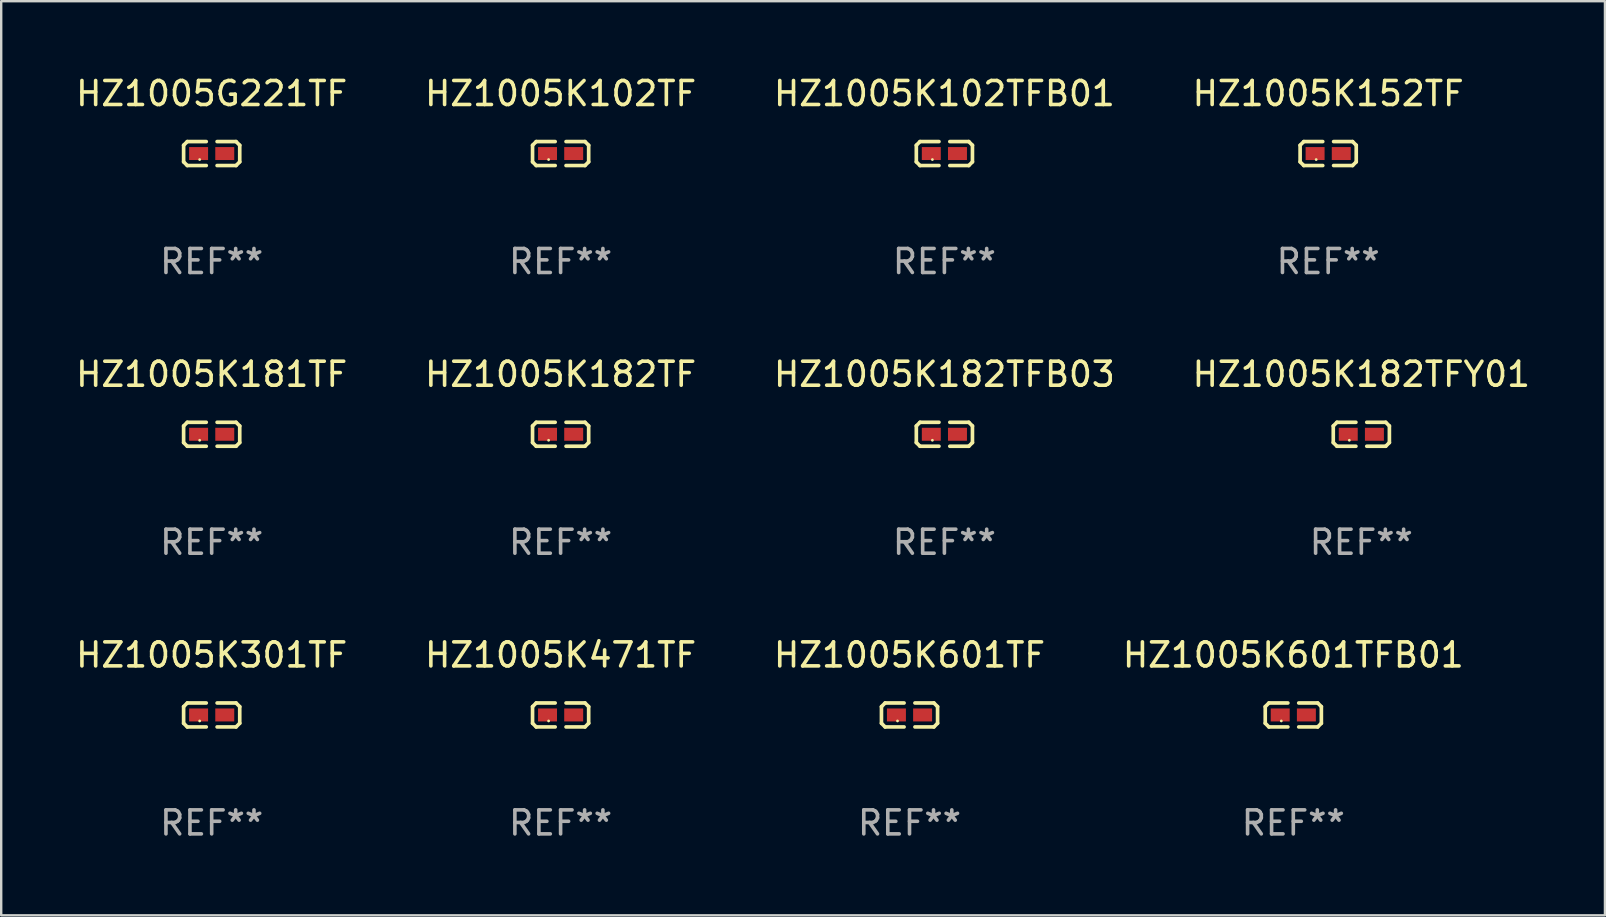
<source format=kicad_pcb>
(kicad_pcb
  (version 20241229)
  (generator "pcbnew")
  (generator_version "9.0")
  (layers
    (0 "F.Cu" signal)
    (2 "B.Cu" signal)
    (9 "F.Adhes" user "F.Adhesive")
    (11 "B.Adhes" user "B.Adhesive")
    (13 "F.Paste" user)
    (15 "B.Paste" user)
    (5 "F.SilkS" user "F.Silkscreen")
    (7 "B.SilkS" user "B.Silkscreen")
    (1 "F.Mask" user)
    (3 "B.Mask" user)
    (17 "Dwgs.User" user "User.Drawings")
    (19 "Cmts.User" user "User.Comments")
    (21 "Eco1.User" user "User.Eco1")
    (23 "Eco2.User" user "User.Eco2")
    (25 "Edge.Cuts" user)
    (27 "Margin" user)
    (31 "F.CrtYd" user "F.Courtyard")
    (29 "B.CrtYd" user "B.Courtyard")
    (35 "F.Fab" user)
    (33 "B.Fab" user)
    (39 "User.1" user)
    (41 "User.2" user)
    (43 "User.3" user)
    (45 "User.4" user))
  (footprint "HZ1005K601TF"
    (layer "F.Cu")
    (at 34.839 26.734)
    (property "Reference" "HZ1005K601TF" (at 0 -2.499 0) (layer "F.SilkS") (effects (font (size 1 1) (thickness 0.15))))
    (attr through_hole)
    (fp_line (start -1.169 -0.346) (end -1.016 -0.499) (stroke (width 0.152) (type solid)) (layer "F.SilkS"))
    (fp_line (start -1.169 0.346) (end -1.169 -0.346) (stroke (width 0.152) (type solid)) (layer "F.SilkS"))
    (fp_line (start -1.016 -0.499) (end -0.226 -0.499) (stroke (width 0.152) (type solid)) (layer "F.SilkS"))
    (fp_line (start -1.016 0.499) (end -1.169 0.346) (stroke (width 0.152) (type solid)) (layer "F.SilkS"))
    (fp_line (start -0.226 0.499) (end -1.016 0.499) (stroke (width 0.152) (type solid)) (layer "F.SilkS"))
    (fp_line (start 0.226 0.499) (end 1.016 0.499) (stroke (width 0.152) (type solid)) (layer "F.SilkS"))
    (fp_line (start 1.016 -0.499) (end 0.226 -0.499) (stroke (width 0.152) (type solid)) (layer "F.SilkS"))
    (fp_line (start 1.016 0.499) (end 1.169 0.346) (stroke (width 0.152) (type solid)) (layer "F.SilkS"))
    (fp_line (start 1.169 -0.346) (end 1.016 -0.499) (stroke (width 0.152) (type solid)) (layer "F.SilkS"))
    (fp_line (start 1.169 0.346) (end 1.169 -0.346) (stroke (width 0.152) (type solid)) (layer "F.SilkS"))
    (fp_circle (center -0.5 0.25) (end -0.47 0.25) (stroke (width 0.06) (type solid)) (fill no) (layer "F.SilkS"))
    (fp_text user "REF**" (at 0 4.499 0) (layer "F.Fab") (effects (font (size 1 1) (thickness 0.15))))
    (pad "1" smd rect (at -0.545 0) (size 0.79 0.54) (layers "F.Cu" "F.Mask" "F.Paste"))
    (pad "2" smd rect (at 0.545 0) (size 0.79 0.54) (layers "F.Cu" "F.Mask" "F.Paste")))
  (footprint "HZ1005K182TF"
    (layer "F.Cu")
    (at 20.304 15.041)
    (property "Reference" "HZ1005K182TF" (at 0 -2.499 0) (layer "F.SilkS") (effects (font (size 1 1) (thickness 0.15))))
    (attr through_hole)
    (fp_line (start -1.169 -0.346) (end -1.016 -0.499) (stroke (width 0.152) (type solid)) (layer "F.SilkS"))
    (fp_line (start -1.169 0.346) (end -1.169 -0.346) (stroke (width 0.152) (type solid)) (layer "F.SilkS"))
    (fp_line (start -1.016 -0.499) (end -0.226 -0.499) (stroke (width 0.152) (type solid)) (layer "F.SilkS"))
    (fp_line (start -1.016 0.499) (end -1.169 0.346) (stroke (width 0.152) (type solid)) (layer "F.SilkS"))
    (fp_line (start -0.226 0.499) (end -1.016 0.499) (stroke (width 0.152) (type solid)) (layer "F.SilkS"))
    (fp_line (start 0.226 0.499) (end 1.016 0.499) (stroke (width 0.152) (type solid)) (layer "F.SilkS"))
    (fp_line (start 1.016 -0.499) (end 0.226 -0.499) (stroke (width 0.152) (type solid)) (layer "F.SilkS"))
    (fp_line (start 1.016 0.499) (end 1.169 0.346) (stroke (width 0.152) (type solid)) (layer "F.SilkS"))
    (fp_line (start 1.169 -0.346) (end 1.016 -0.499) (stroke (width 0.152) (type solid)) (layer "F.SilkS"))
    (fp_line (start 1.169 0.346) (end 1.169 -0.346) (stroke (width 0.152) (type solid)) (layer "F.SilkS"))
    (fp_circle (center -0.5 0.25) (end -0.47 0.25) (stroke (width 0.06) (type solid)) (fill no) (layer "F.SilkS"))
    (fp_text user "REF**" (at 0 4.499 0) (layer "F.Fab") (effects (font (size 1 1) (thickness 0.15))))
    (pad "1" smd rect (at -0.545 0) (size 0.79 0.54) (layers "F.Cu" "F.Mask" "F.Paste"))
    (pad "2" smd rect (at 0.545 0) (size 0.79 0.54) (layers "F.Cu" "F.Mask" "F.Paste")))
  (footprint "HZ1005G221TF"
    (layer "F.Cu")
    (at 5.768 3.347)
    (property "Reference" "HZ1005G221TF" (at 0 -2.499 0) (layer "F.SilkS") (effects (font (size 1 1) (thickness 0.15))))
    (attr through_hole)
    (fp_line (start -1.169 -0.346) (end -1.016 -0.499) (stroke (width 0.152) (type solid)) (layer "F.SilkS"))
    (fp_line (start -1.169 0.346) (end -1.169 -0.346) (stroke (width 0.152) (type solid)) (layer "F.SilkS"))
    (fp_line (start -1.016 -0.499) (end -0.226 -0.499) (stroke (width 0.152) (type solid)) (layer "F.SilkS"))
    (fp_line (start -1.016 0.499) (end -1.169 0.346) (stroke (width 0.152) (type solid)) (layer "F.SilkS"))
    (fp_line (start -0.226 0.499) (end -1.016 0.499) (stroke (width 0.152) (type solid)) (layer "F.SilkS"))
    (fp_line (start 0.226 0.499) (end 1.016 0.499) (stroke (width 0.152) (type solid)) (layer "F.SilkS"))
    (fp_line (start 1.016 -0.499) (end 0.226 -0.499) (stroke (width 0.152) (type solid)) (layer "F.SilkS"))
    (fp_line (start 1.016 0.499) (end 1.169 0.346) (stroke (width 0.152) (type solid)) (layer "F.SilkS"))
    (fp_line (start 1.169 -0.346) (end 1.016 -0.499) (stroke (width 0.152) (type solid)) (layer "F.SilkS"))
    (fp_line (start 1.169 0.346) (end 1.169 -0.346) (stroke (width 0.152) (type solid)) (layer "F.SilkS"))
    (fp_circle (center -0.5 0.25) (end -0.47 0.25) (stroke (width 0.06) (type solid)) (fill no) (layer "F.SilkS"))
    (fp_text user "REF**" (at 0 4.499 0) (layer "F.Fab") (effects (font (size 1 1) (thickness 0.15))))
    (pad "1" smd rect (at -0.545 0) (size 0.79 0.54) (layers "F.Cu" "F.Mask" "F.Paste"))
    (pad "2" smd rect (at 0.545 0) (size 0.79 0.54) (layers "F.Cu" "F.Mask" "F.Paste")))
  (footprint "HZ1005K471TF"
    (layer "F.Cu")
    (at 20.304 26.734)
    (property "Reference" "HZ1005K471TF" (at 0 -2.499 0) (layer "F.SilkS") (effects (font (size 1 1) (thickness 0.15))))
    (attr through_hole)
    (fp_line (start -1.169 -0.346) (end -1.016 -0.499) (stroke (width 0.152) (type solid)) (layer "F.SilkS"))
    (fp_line (start -1.169 0.346) (end -1.169 -0.346) (stroke (width 0.152) (type solid)) (layer "F.SilkS"))
    (fp_line (start -1.016 -0.499) (end -0.226 -0.499) (stroke (width 0.152) (type solid)) (layer "F.SilkS"))
    (fp_line (start -1.016 0.499) (end -1.169 0.346) (stroke (width 0.152) (type solid)) (layer "F.SilkS"))
    (fp_line (start -0.226 0.499) (end -1.016 0.499) (stroke (width 0.152) (type solid)) (layer "F.SilkS"))
    (fp_line (start 0.226 0.499) (end 1.016 0.499) (stroke (width 0.152) (type solid)) (layer "F.SilkS"))
    (fp_line (start 1.016 -0.499) (end 0.226 -0.499) (stroke (width 0.152) (type solid)) (layer "F.SilkS"))
    (fp_line (start 1.016 0.499) (end 1.169 0.346) (stroke (width 0.152) (type solid)) (layer "F.SilkS"))
    (fp_line (start 1.169 -0.346) (end 1.016 -0.499) (stroke (width 0.152) (type solid)) (layer "F.SilkS"))
    (fp_line (start 1.169 0.346) (end 1.169 -0.346) (stroke (width 0.152) (type solid)) (layer "F.SilkS"))
    (fp_circle (center -0.5 0.25) (end -0.47 0.25) (stroke (width 0.06) (type solid)) (fill no) (layer "F.SilkS"))
    (fp_text user "REF**" (at 0 4.499 0) (layer "F.Fab") (effects (font (size 1 1) (thickness 0.15))))
    (pad "1" smd rect (at -0.545 0) (size 0.79 0.54) (layers "F.Cu" "F.Mask" "F.Paste"))
    (pad "2" smd rect (at 0.545 0) (size 0.79 0.54) (layers "F.Cu" "F.Mask" "F.Paste")))
  (footprint "HZ1005K152TF"
    (layer "F.Cu")
    (at 52.28 3.347)
    (property "Reference" "HZ1005K152TF" (at 0 -2.499 0) (layer "F.SilkS") (effects (font (size 1 1) (thickness 0.15))))
    (attr through_hole)
    (fp_line (start -1.169 -0.346) (end -1.016 -0.499) (stroke (width 0.152) (type solid)) (layer "F.SilkS"))
    (fp_line (start -1.169 0.346) (end -1.169 -0.346) (stroke (width 0.152) (type solid)) (layer "F.SilkS"))
    (fp_line (start -1.016 -0.499) (end -0.226 -0.499) (stroke (width 0.152) (type solid)) (layer "F.SilkS"))
    (fp_line (start -1.016 0.499) (end -1.169 0.346) (stroke (width 0.152) (type solid)) (layer "F.SilkS"))
    (fp_line (start -0.226 0.499) (end -1.016 0.499) (stroke (width 0.152) (type solid)) (layer "F.SilkS"))
    (fp_line (start 0.226 0.499) (end 1.016 0.499) (stroke (width 0.152) (type solid)) (layer "F.SilkS"))
    (fp_line (start 1.016 -0.499) (end 0.226 -0.499) (stroke (width 0.152) (type solid)) (layer "F.SilkS"))
    (fp_line (start 1.016 0.499) (end 1.169 0.346) (stroke (width 0.152) (type solid)) (layer "F.SilkS"))
    (fp_line (start 1.169 -0.346) (end 1.016 -0.499) (stroke (width 0.152) (type solid)) (layer "F.SilkS"))
    (fp_line (start 1.169 0.346) (end 1.169 -0.346) (stroke (width 0.152) (type solid)) (layer "F.SilkS"))
    (fp_circle (center -0.5 0.25) (end -0.47 0.25) (stroke (width 0.06) (type solid)) (fill no) (layer "F.SilkS"))
    (fp_text user "REF**" (at 0 4.499 0) (layer "F.Fab") (effects (font (size 1 1) (thickness 0.15))))
    (pad "1" smd rect (at -0.545 0) (size 0.79 0.54) (layers "F.Cu" "F.Mask" "F.Paste"))
    (pad "2" smd rect (at 0.545 0) (size 0.79 0.54) (layers "F.Cu" "F.Mask" "F.Paste")))
  (footprint "HZ1005K102TFB01"
    (layer "F.Cu")
    (at 36.292 3.347)
    (property "Reference" "HZ1005K102TFB01" (at 0 -2.499 0) (layer "F.SilkS") (effects (font (size 1 1) (thickness 0.15))))
    (attr through_hole)
    (fp_line (start -1.169 -0.346) (end -1.016 -0.499) (stroke (width 0.152) (type solid)) (layer "F.SilkS"))
    (fp_line (start -1.169 0.346) (end -1.169 -0.346) (stroke (width 0.152) (type solid)) (layer "F.SilkS"))
    (fp_line (start -1.016 -0.499) (end -0.226 -0.499) (stroke (width 0.152) (type solid)) (layer "F.SilkS"))
    (fp_line (start -1.016 0.499) (end -1.169 0.346) (stroke (width 0.152) (type solid)) (layer "F.SilkS"))
    (fp_line (start -0.226 0.499) (end -1.016 0.499) (stroke (width 0.152) (type solid)) (layer "F.SilkS"))
    (fp_line (start 0.226 0.499) (end 1.016 0.499) (stroke (width 0.152) (type solid)) (layer "F.SilkS"))
    (fp_line (start 1.016 -0.499) (end 0.226 -0.499) (stroke (width 0.152) (type solid)) (layer "F.SilkS"))
    (fp_line (start 1.016 0.499) (end 1.169 0.346) (stroke (width 0.152) (type solid)) (layer "F.SilkS"))
    (fp_line (start 1.169 -0.346) (end 1.016 -0.499) (stroke (width 0.152) (type solid)) (layer "F.SilkS"))
    (fp_line (start 1.169 0.346) (end 1.169 -0.346) (stroke (width 0.152) (type solid)) (layer "F.SilkS"))
    (fp_circle (center -0.5 0.25) (end -0.47 0.25) (stroke (width 0.06) (type solid)) (fill no) (layer "F.SilkS"))
    (fp_text user "REF**" (at 0 4.499 0) (layer "F.Fab") (effects (font (size 1 1) (thickness 0.15))))
    (pad "1" smd rect (at -0.545 0) (size 0.79 0.54) (layers "F.Cu" "F.Mask" "F.Paste"))
    (pad "2" smd rect (at 0.545 0) (size 0.79 0.54) (layers "F.Cu" "F.Mask" "F.Paste")))
  (footprint "HZ1005K181TF"
    (layer "F.Cu")
    (at 5.768 15.041)
    (property "Reference" "HZ1005K181TF" (at 0 -2.499 0) (layer "F.SilkS") (effects (font (size 1 1) (thickness 0.15))))
    (attr through_hole)
    (fp_line (start -1.169 -0.346) (end -1.016 -0.499) (stroke (width 0.152) (type solid)) (layer "F.SilkS"))
    (fp_line (start -1.169 0.346) (end -1.169 -0.346) (stroke (width 0.152) (type solid)) (layer "F.SilkS"))
    (fp_line (start -1.016 -0.499) (end -0.226 -0.499) (stroke (width 0.152) (type solid)) (layer "F.SilkS"))
    (fp_line (start -1.016 0.499) (end -1.169 0.346) (stroke (width 0.152) (type solid)) (layer "F.SilkS"))
    (fp_line (start -0.226 0.499) (end -1.016 0.499) (stroke (width 0.152) (type solid)) (layer "F.SilkS"))
    (fp_line (start 0.226 0.499) (end 1.016 0.499) (stroke (width 0.152) (type solid)) (layer "F.SilkS"))
    (fp_line (start 1.016 -0.499) (end 0.226 -0.499) (stroke (width 0.152) (type solid)) (layer "F.SilkS"))
    (fp_line (start 1.016 0.499) (end 1.169 0.346) (stroke (width 0.152) (type solid)) (layer "F.SilkS"))
    (fp_line (start 1.169 -0.346) (end 1.016 -0.499) (stroke (width 0.152) (type solid)) (layer "F.SilkS"))
    (fp_line (start 1.169 0.346) (end 1.169 -0.346) (stroke (width 0.152) (type solid)) (layer "F.SilkS"))
    (fp_circle (center -0.5 0.25) (end -0.47 0.25) (stroke (width 0.06) (type solid)) (fill no) (layer "F.SilkS"))
    (fp_text user "REF**" (at 0 4.499 0) (layer "F.Fab") (effects (font (size 1 1) (thickness 0.15))))
    (pad "1" smd rect (at -0.545 0) (size 0.79 0.54) (layers "F.Cu" "F.Mask" "F.Paste"))
    (pad "2" smd rect (at 0.545 0) (size 0.79 0.54) (layers "F.Cu" "F.Mask" "F.Paste")))
  (footprint "HZ1005K182TFY01"
    (layer "F.Cu")
    (at 53.661 15.041)
    (property "Reference" "HZ1005K182TFY01" (at 0 -2.499 0) (layer "F.SilkS") (effects (font (size 1 1) (thickness 0.15))))
    (attr through_hole)
    (fp_line (start -1.169 -0.346) (end -1.016 -0.499) (stroke (width 0.152) (type solid)) (layer "F.SilkS"))
    (fp_line (start -1.169 0.346) (end -1.169 -0.346) (stroke (width 0.152) (type solid)) (layer "F.SilkS"))
    (fp_line (start -1.016 -0.499) (end -0.226 -0.499) (stroke (width 0.152) (type solid)) (layer "F.SilkS"))
    (fp_line (start -1.016 0.499) (end -1.169 0.346) (stroke (width 0.152) (type solid)) (layer "F.SilkS"))
    (fp_line (start -0.226 0.499) (end -1.016 0.499) (stroke (width 0.152) (type solid)) (layer "F.SilkS"))
    (fp_line (start 0.226 0.499) (end 1.016 0.499) (stroke (width 0.152) (type solid)) (layer "F.SilkS"))
    (fp_line (start 1.016 -0.499) (end 0.226 -0.499) (stroke (width 0.152) (type solid)) (layer "F.SilkS"))
    (fp_line (start 1.016 0.499) (end 1.169 0.346) (stroke (width 0.152) (type solid)) (layer "F.SilkS"))
    (fp_line (start 1.169 -0.346) (end 1.016 -0.499) (stroke (width 0.152) (type solid)) (layer "F.SilkS"))
    (fp_line (start 1.169 0.346) (end 1.169 -0.346) (stroke (width 0.152) (type solid)) (layer "F.SilkS"))
    (fp_circle (center -0.5 0.25) (end -0.47 0.25) (stroke (width 0.06) (type solid)) (fill no) (layer "F.SilkS"))
    (fp_text user "REF**" (at 0 4.499 0) (layer "F.Fab") (effects (font (size 1 1) (thickness 0.15))))
    (pad "1" smd rect (at -0.545 0) (size 0.79 0.54) (layers "F.Cu" "F.Mask" "F.Paste"))
    (pad "2" smd rect (at 0.545 0) (size 0.79 0.54) (layers "F.Cu" "F.Mask" "F.Paste")))
  (footprint "HZ1005K102TF"
    (layer "F.Cu")
    (at 20.304 3.347)
    (property "Reference" "HZ1005K102TF" (at 0 -2.499 0) (layer "F.SilkS") (effects (font (size 1 1) (thickness 0.15))))
    (attr through_hole)
    (fp_line (start -1.169 -0.346) (end -1.016 -0.499) (stroke (width 0.152) (type solid)) (layer "F.SilkS"))
    (fp_line (start -1.169 0.346) (end -1.169 -0.346) (stroke (width 0.152) (type solid)) (layer "F.SilkS"))
    (fp_line (start -1.016 -0.499) (end -0.226 -0.499) (stroke (width 0.152) (type solid)) (layer "F.SilkS"))
    (fp_line (start -1.016 0.499) (end -1.169 0.346) (stroke (width 0.152) (type solid)) (layer "F.SilkS"))
    (fp_line (start -0.226 0.499) (end -1.016 0.499) (stroke (width 0.152) (type solid)) (layer "F.SilkS"))
    (fp_line (start 0.226 0.499) (end 1.016 0.499) (stroke (width 0.152) (type solid)) (layer "F.SilkS"))
    (fp_line (start 1.016 -0.499) (end 0.226 -0.499) (stroke (width 0.152) (type solid)) (layer "F.SilkS"))
    (fp_line (start 1.016 0.499) (end 1.169 0.346) (stroke (width 0.152) (type solid)) (layer "F.SilkS"))
    (fp_line (start 1.169 -0.346) (end 1.016 -0.499) (stroke (width 0.152) (type solid)) (layer "F.SilkS"))
    (fp_line (start 1.169 0.346) (end 1.169 -0.346) (stroke (width 0.152) (type solid)) (layer "F.SilkS"))
    (fp_circle (center -0.5 0.25) (end -0.47 0.25) (stroke (width 0.06) (type solid)) (fill no) (layer "F.SilkS"))
    (fp_text user "REF**" (at 0 4.499 0) (layer "F.Fab") (effects (font (size 1 1) (thickness 0.15))))
    (pad "1" smd rect (at -0.545 0) (size 0.79 0.54) (layers "F.Cu" "F.Mask" "F.Paste"))
    (pad "2" smd rect (at 0.545 0) (size 0.79 0.54) (layers "F.Cu" "F.Mask" "F.Paste")))
  (footprint "HZ1005K301TF"
    (layer "F.Cu")
    (at 5.768 26.734)
    (property "Reference" "HZ1005K301TF" (at 0 -2.499 0) (layer "F.SilkS") (effects (font (size 1 1) (thickness 0.15))))
    (attr through_hole)
    (fp_line (start -1.169 -0.346) (end -1.016 -0.499) (stroke (width 0.152) (type solid)) (layer "F.SilkS"))
    (fp_line (start -1.169 0.346) (end -1.169 -0.346) (stroke (width 0.152) (type solid)) (layer "F.SilkS"))
    (fp_line (start -1.016 -0.499) (end -0.226 -0.499) (stroke (width 0.152) (type solid)) (layer "F.SilkS"))
    (fp_line (start -1.016 0.499) (end -1.169 0.346) (stroke (width 0.152) (type solid)) (layer "F.SilkS"))
    (fp_line (start -0.226 0.499) (end -1.016 0.499) (stroke (width 0.152) (type solid)) (layer "F.SilkS"))
    (fp_line (start 0.226 0.499) (end 1.016 0.499) (stroke (width 0.152) (type solid)) (layer "F.SilkS"))
    (fp_line (start 1.016 -0.499) (end 0.226 -0.499) (stroke (width 0.152) (type solid)) (layer "F.SilkS"))
    (fp_line (start 1.016 0.499) (end 1.169 0.346) (stroke (width 0.152) (type solid)) (layer "F.SilkS"))
    (fp_line (start 1.169 -0.346) (end 1.016 -0.499) (stroke (width 0.152) (type solid)) (layer "F.SilkS"))
    (fp_line (start 1.169 0.346) (end 1.169 -0.346) (stroke (width 0.152) (type solid)) (layer "F.SilkS"))
    (fp_circle (center -0.5 0.25) (end -0.47 0.25) (stroke (width 0.06) (type solid)) (fill no) (layer "F.SilkS"))
    (fp_text user "REF**" (at 0 4.499 0) (layer "F.Fab") (effects (font (size 1 1) (thickness 0.15))))
    (pad "1" smd rect (at -0.545 0) (size 0.79 0.54) (layers "F.Cu" "F.Mask" "F.Paste"))
    (pad "2" smd rect (at 0.545 0) (size 0.79 0.54) (layers "F.Cu" "F.Mask" "F.Paste")))
  (footprint "HZ1005K601TFB01"
    (layer "F.Cu")
    (at 50.827 26.734)
    (property "Reference" "HZ1005K601TFB01" (at 0 -2.499 0) (layer "F.SilkS") (effects (font (size 1 1) (thickness 0.15))))
    (attr through_hole)
    (fp_line (start -1.169 -0.346) (end -1.016 -0.499) (stroke (width 0.152) (type solid)) (layer "F.SilkS"))
    (fp_line (start -1.169 0.346) (end -1.169 -0.346) (stroke (width 0.152) (type solid)) (layer "F.SilkS"))
    (fp_line (start -1.016 -0.499) (end -0.226 -0.499) (stroke (width 0.152) (type solid)) (layer "F.SilkS"))
    (fp_line (start -1.016 0.499) (end -1.169 0.346) (stroke (width 0.152) (type solid)) (layer "F.SilkS"))
    (fp_line (start -0.226 0.499) (end -1.016 0.499) (stroke (width 0.152) (type solid)) (layer "F.SilkS"))
    (fp_line (start 0.226 0.499) (end 1.016 0.499) (stroke (width 0.152) (type solid)) (layer "F.SilkS"))
    (fp_line (start 1.016 -0.499) (end 0.226 -0.499) (stroke (width 0.152) (type solid)) (layer "F.SilkS"))
    (fp_line (start 1.016 0.499) (end 1.169 0.346) (stroke (width 0.152) (type solid)) (layer "F.SilkS"))
    (fp_line (start 1.169 -0.346) (end 1.016 -0.499) (stroke (width 0.152) (type solid)) (layer "F.SilkS"))
    (fp_line (start 1.169 0.346) (end 1.169 -0.346) (stroke (width 0.152) (type solid)) (layer "F.SilkS"))
    (fp_circle (center -0.5 0.25) (end -0.47 0.25) (stroke (width 0.06) (type solid)) (fill no) (layer "F.SilkS"))
    (fp_text user "REF**" (at 0 4.499 0) (layer "F.Fab") (effects (font (size 1 1) (thickness 0.15))))
    (pad "1" smd rect (at -0.545 0) (size 0.79 0.54) (layers "F.Cu" "F.Mask" "F.Paste"))
    (pad "2" smd rect (at 0.545 0) (size 0.79 0.54) (layers "F.Cu" "F.Mask" "F.Paste")))
  (footprint "HZ1005K182TFB03"
    (layer "F.Cu")
    (at 36.292 15.041)
    (property "Reference" "HZ1005K182TFB03" (at 0 -2.499 0) (layer "F.SilkS") (effects (font (size 1 1) (thickness 0.15))))
    (attr through_hole)
    (fp_line (start -1.169 -0.346) (end -1.016 -0.499) (stroke (width 0.152) (type solid)) (layer "F.SilkS"))
    (fp_line (start -1.169 0.346) (end -1.169 -0.346) (stroke (width 0.152) (type solid)) (layer "F.SilkS"))
    (fp_line (start -1.016 -0.499) (end -0.226 -0.499) (stroke (width 0.152) (type solid)) (layer "F.SilkS"))
    (fp_line (start -1.016 0.499) (end -1.169 0.346) (stroke (width 0.152) (type solid)) (layer "F.SilkS"))
    (fp_line (start -0.226 0.499) (end -1.016 0.499) (stroke (width 0.152) (type solid)) (layer "F.SilkS"))
    (fp_line (start 0.226 0.499) (end 1.016 0.499) (stroke (width 0.152) (type solid)) (layer "F.SilkS"))
    (fp_line (start 1.016 -0.499) (end 0.226 -0.499) (stroke (width 0.152) (type solid)) (layer "F.SilkS"))
    (fp_line (start 1.016 0.499) (end 1.169 0.346) (stroke (width 0.152) (type solid)) (layer "F.SilkS"))
    (fp_line (start 1.169 -0.346) (end 1.016 -0.499) (stroke (width 0.152) (type solid)) (layer "F.SilkS"))
    (fp_line (start 1.169 0.346) (end 1.169 -0.346) (stroke (width 0.152) (type solid)) (layer "F.SilkS"))
    (fp_circle (center -0.5 0.25) (end -0.47 0.25) (stroke (width 0.06) (type solid)) (fill no) (layer "F.SilkS"))
    (fp_text user "REF**" (at 0 4.499 0) (layer "F.Fab") (effects (font (size 1 1) (thickness 0.15))))
    (pad "1" smd rect (at -0.545 0) (size 0.79 0.54) (layers "F.Cu" "F.Mask" "F.Paste"))
    (pad "2" smd rect (at 0.545 0) (size 0.79 0.54) (layers "F.Cu" "F.Mask" "F.Paste")))
  (gr_rect
    (start -3 -3)
    (end 63.81 35.081)
    (stroke (width 0.1) (type default))
    (fill no)
    (layer "Edge.Cuts")))
</source>
